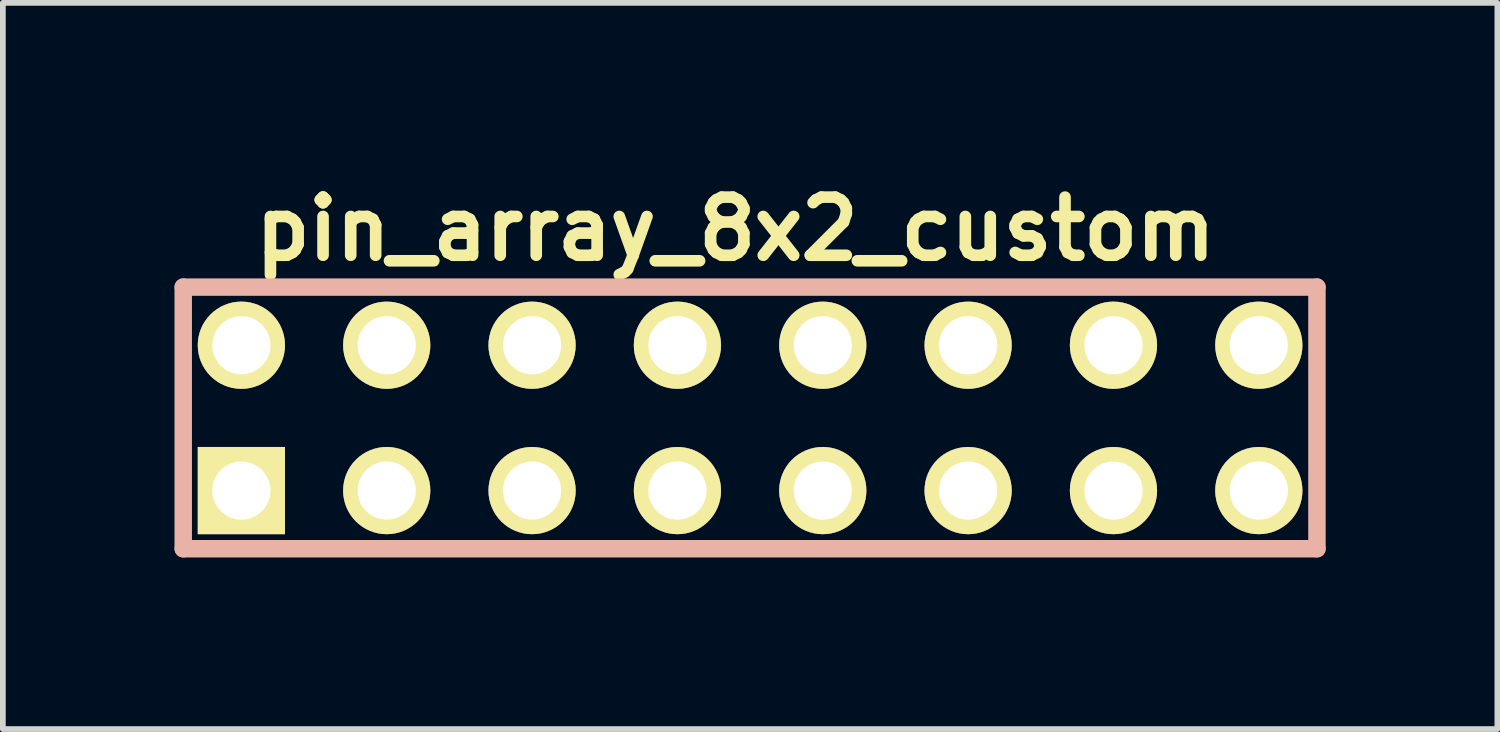
<source format=kicad_pcb>
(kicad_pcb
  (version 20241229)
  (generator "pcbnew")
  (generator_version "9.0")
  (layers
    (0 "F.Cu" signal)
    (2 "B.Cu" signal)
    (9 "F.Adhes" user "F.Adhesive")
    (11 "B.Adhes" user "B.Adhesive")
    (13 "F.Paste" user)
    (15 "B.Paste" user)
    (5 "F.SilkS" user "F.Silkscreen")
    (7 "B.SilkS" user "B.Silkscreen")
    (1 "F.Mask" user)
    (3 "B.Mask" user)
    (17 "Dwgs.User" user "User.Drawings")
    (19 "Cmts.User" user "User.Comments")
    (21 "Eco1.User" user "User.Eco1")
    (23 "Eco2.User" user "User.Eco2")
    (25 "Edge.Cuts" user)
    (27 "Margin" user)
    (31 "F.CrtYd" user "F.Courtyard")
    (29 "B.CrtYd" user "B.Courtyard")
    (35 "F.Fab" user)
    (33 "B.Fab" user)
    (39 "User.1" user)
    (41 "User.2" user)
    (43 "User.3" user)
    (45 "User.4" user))
  (footprint "pin_array_8x2_custom"
    (layer "F.Cu")
    (at 10.058 4.253)
    (property "Reference" "pin_array_8x2_custom" (at -0.254 -3.302 0) (layer "F.SilkS") (effects (font (size 1.016 1.016) (thickness 0.203))))
    (attr through_hole)
    (fp_line (start -9.906 -2.286) (end 9.906 -2.286) (stroke (width 0.305) (type solid)) (layer "B.SilkS"))
    (fp_line (start -9.906 2.286) (end -9.906 -2.286) (stroke (width 0.305) (type solid)) (layer "B.SilkS"))
    (fp_line (start 9.906 -2.286) (end 9.906 2.286) (stroke (width 0.305) (type solid)) (layer "B.SilkS"))
    (fp_line (start 9.906 2.286) (end -9.906 2.286) (stroke (width 0.305) (type solid)) (layer "B.SilkS"))
    (pad "1" thru_hole rect (at -8.89 1.27) (size 1.524 1.524) (drill 1.016) (layers "*.Cu" "*.Mask" "F.SilkS"))
    (pad "2" thru_hole circle (at -8.89 -1.27) (size 1.524 1.524) (drill 1.016) (layers "*.Cu" "*.Mask" "F.SilkS"))
    (pad "3" thru_hole circle (at -6.35 1.27) (size 1.524 1.524) (drill 1.016) (layers "*.Cu" "*.Mask" "F.SilkS"))
    (pad "4" thru_hole circle (at -6.35 -1.27) (size 1.524 1.524) (drill 1.016) (layers "*.Cu" "*.Mask" "F.SilkS"))
    (pad "5" thru_hole circle (at -3.81 1.27) (size 1.524 1.524) (drill 1.016) (layers "*.Cu" "*.Mask" "F.SilkS"))
    (pad "6" thru_hole circle (at -3.81 -1.27) (size 1.524 1.524) (drill 1.016) (layers "*.Cu" "*.Mask" "F.SilkS"))
    (pad "7" thru_hole circle (at -1.27 1.27) (size 1.524 1.524) (drill 1.016) (layers "*.Cu" "*.Mask" "F.SilkS"))
    (pad "8" thru_hole circle (at -1.27 -1.27) (size 1.524 1.524) (drill 1.016) (layers "*.Cu" "*.Mask" "F.SilkS"))
    (pad "9" thru_hole circle (at 1.27 1.27) (size 1.524 1.524) (drill 1.016) (layers "*.Cu" "*.Mask" "F.SilkS"))
    (pad "10" thru_hole circle (at 1.27 -1.27) (size 1.524 1.524) (drill 1.016) (layers "*.Cu" "*.Mask" "F.SilkS"))
    (pad "11" thru_hole circle (at 3.81 1.27) (size 1.524 1.524) (drill 1.016) (layers "*.Cu" "*.Mask" "F.SilkS"))
    (pad "12" thru_hole circle (at 3.81 -1.27) (size 1.524 1.524) (drill 1.016) (layers "*.Cu" "*.Mask" "F.SilkS"))
    (pad "13" thru_hole circle (at 6.35 1.27) (size 1.524 1.524) (drill 1.016) (layers "*.Cu" "*.Mask" "F.SilkS"))
    (pad "14" thru_hole circle (at 6.35 -1.27) (size 1.524 1.524) (drill 1.016) (layers "*.Cu" "*.Mask" "F.SilkS"))
    (pad "15" thru_hole circle (at 8.89 1.27) (size 1.524 1.524) (drill 1.016) (layers "*.Cu" "*.Mask" "F.SilkS"))
    (pad "16" thru_hole circle (at 8.89 -1.27) (size 1.524 1.524) (drill 1.016) (layers "*.Cu" "*.Mask" "F.SilkS")))
  (gr_rect
    (start -3 -3)
    (end 23.117 9.691)
    (stroke (width 0.1) (type default))
    (fill no)
    (layer "Edge.Cuts")))
</source>
